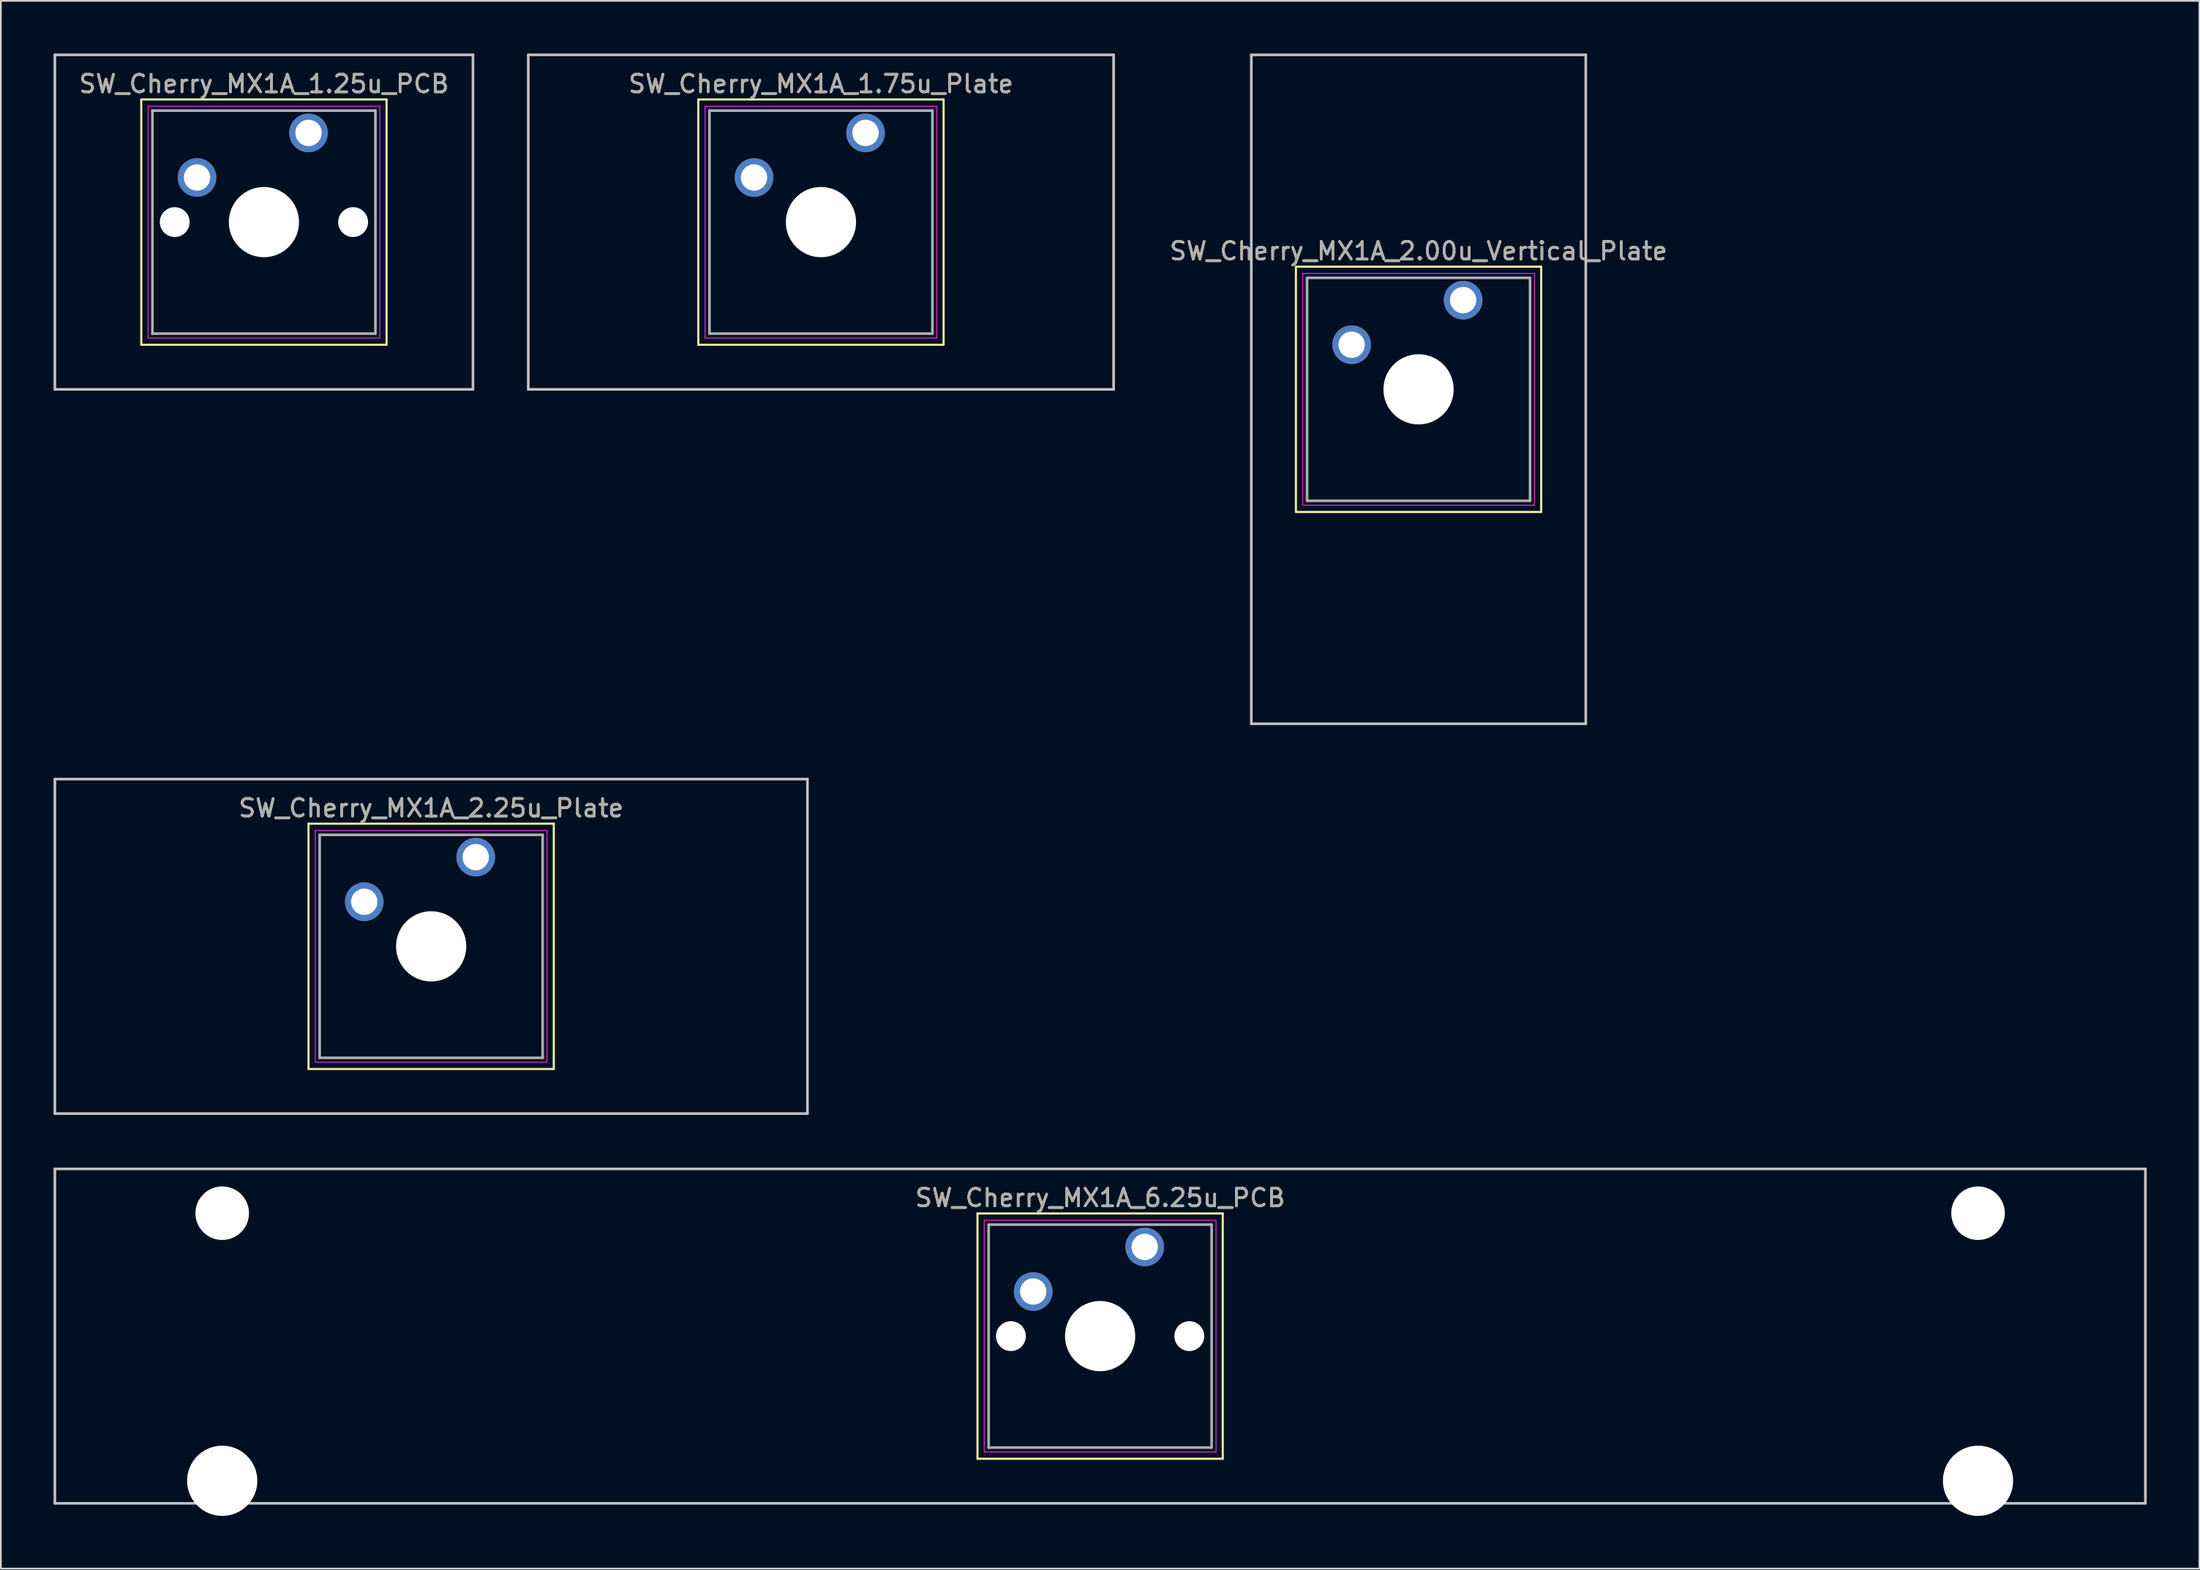
<source format=kicad_pcb>
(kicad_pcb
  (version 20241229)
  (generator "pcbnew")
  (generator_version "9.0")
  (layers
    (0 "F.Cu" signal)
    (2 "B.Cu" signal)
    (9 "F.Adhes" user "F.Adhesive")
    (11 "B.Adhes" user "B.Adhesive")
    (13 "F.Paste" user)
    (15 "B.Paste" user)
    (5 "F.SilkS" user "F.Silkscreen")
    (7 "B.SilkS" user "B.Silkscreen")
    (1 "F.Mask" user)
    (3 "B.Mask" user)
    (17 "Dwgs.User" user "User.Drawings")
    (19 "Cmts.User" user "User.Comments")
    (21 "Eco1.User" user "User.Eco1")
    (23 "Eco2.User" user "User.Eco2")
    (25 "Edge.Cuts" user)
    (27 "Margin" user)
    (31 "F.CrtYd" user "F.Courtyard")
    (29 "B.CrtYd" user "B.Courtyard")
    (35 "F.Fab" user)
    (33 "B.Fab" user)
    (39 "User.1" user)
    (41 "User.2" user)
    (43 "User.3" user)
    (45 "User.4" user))
  (footprint "SW_Cherry_MX1A_2.00u_Vertical_Plate"
    (layer "F.Cu")
    (at 77.742 19.125)
    (property "Reference" "SW_Cherry_MX1A_2.00u_Vertical_Plate" (at 0 -7.874 0) (layer "F.SilkS") (effects (font (size 1 1) (thickness 0.15))))
    (attr through_hole)
    (fp_line (start -6.985 -6.985) (end 6.985 -6.985) (stroke (width 0.12) (type solid)) (layer "F.SilkS"))
    (fp_line (start -6.985 6.985) (end -6.985 -6.985) (stroke (width 0.12) (type solid)) (layer "F.SilkS"))
    (fp_line (start 6.985 -6.985) (end 6.985 6.985) (stroke (width 0.12) (type solid)) (layer "F.SilkS"))
    (fp_line (start 6.985 6.985) (end -6.985 6.985) (stroke (width 0.12) (type solid)) (layer "F.SilkS"))
    (fp_line (start -9.525 -19.05) (end 9.525 -19.05) (stroke (width 0.15) (type solid)) (layer "Dwgs.User"))
    (fp_line (start -9.525 19.05) (end -9.525 -19.05) (stroke (width 0.15) (type solid)) (layer "Dwgs.User"))
    (fp_line (start 9.525 -19.05) (end 9.525 19.05) (stroke (width 0.15) (type solid)) (layer "Dwgs.User"))
    (fp_line (start 9.525 19.05) (end -9.525 19.05) (stroke (width 0.15) (type solid)) (layer "Dwgs.User"))
    (fp_line (start -6.6 -6.6) (end 6.6 -6.6) (stroke (width 0.05) (type solid)) (layer "F.CrtYd"))
    (fp_line (start -6.6 6.6) (end -6.6 -6.6) (stroke (width 0.05) (type solid)) (layer "F.CrtYd"))
    (fp_line (start 6.6 -6.6) (end 6.6 6.6) (stroke (width 0.05) (type solid)) (layer "F.CrtYd"))
    (fp_line (start 6.6 6.6) (end -6.6 6.6) (stroke (width 0.05) (type solid)) (layer "F.CrtYd"))
    (fp_line (start -6.35 -6.35) (end 6.35 -6.35) (stroke (width 0.15) (type solid)) (layer "F.Fab"))
    (fp_line (start -6.35 6.35) (end -6.35 -6.35) (stroke (width 0.15) (type solid)) (layer "F.Fab"))
    (fp_line (start 6.35 -6.35) (end 6.35 6.35) (stroke (width 0.15) (type solid)) (layer "F.Fab"))
    (fp_line (start 6.35 6.35) (end -6.35 6.35) (stroke (width 0.15) (type solid)) (layer "F.Fab"))
    (fp_text user "${REFERENCE}" (at 0 -7.874 0) (layer "F.Fab") (effects (font (size 1 1) (thickness 0.15))))
    (pad "" np_thru_hole circle (at 0 0) (size 4 4) (drill 4) (layers "*.Cu" "*.Mask"))
    (pad "1" thru_hole circle (at 2.54 -5.08) (size 2.2 2.2) (drill 1.5) (layers "*.Cu" "*.Mask"))
    (pad "2" thru_hole circle (at -3.81 -2.54) (size 2.2 2.2) (drill 1.5) (layers "*.Cu" "*.Mask")))
  (footprint "SW_Cherry_MX1A_1.25u_PCB"
    (layer "F.Cu")
    (at 11.981 9.6)
    (property "Reference" "SW_Cherry_MX1A_1.25u_PCB" (at 0 -7.874 0) (layer "F.SilkS") (effects (font (size 1 1) (thickness 0.15))))
    (attr through_hole)
    (fp_line (start -6.985 -6.985) (end 6.985 -6.985) (stroke (width 0.12) (type solid)) (layer "F.SilkS"))
    (fp_line (start -6.985 6.985) (end -6.985 -6.985) (stroke (width 0.12) (type solid)) (layer "F.SilkS"))
    (fp_line (start 6.985 -6.985) (end 6.985 6.985) (stroke (width 0.12) (type solid)) (layer "F.SilkS"))
    (fp_line (start 6.985 6.985) (end -6.985 6.985) (stroke (width 0.12) (type solid)) (layer "F.SilkS"))
    (fp_line (start -11.906 -9.525) (end 11.906 -9.525) (stroke (width 0.15) (type solid)) (layer "Dwgs.User"))
    (fp_line (start -11.906 9.525) (end -11.906 -9.525) (stroke (width 0.15) (type solid)) (layer "Dwgs.User"))
    (fp_line (start 11.906 -9.525) (end 11.906 9.525) (stroke (width 0.15) (type solid)) (layer "Dwgs.User"))
    (fp_line (start 11.906 9.525) (end -11.906 9.525) (stroke (width 0.15) (type solid)) (layer "Dwgs.User"))
    (fp_line (start -6.6 -6.6) (end 6.6 -6.6) (stroke (width 0.05) (type solid)) (layer "F.CrtYd"))
    (fp_line (start -6.6 6.6) (end -6.6 -6.6) (stroke (width 0.05) (type solid)) (layer "F.CrtYd"))
    (fp_line (start 6.6 -6.6) (end 6.6 6.6) (stroke (width 0.05) (type solid)) (layer "F.CrtYd"))
    (fp_line (start 6.6 6.6) (end -6.6 6.6) (stroke (width 0.05) (type solid)) (layer "F.CrtYd"))
    (fp_line (start -6.35 -6.35) (end 6.35 -6.35) (stroke (width 0.15) (type solid)) (layer "F.Fab"))
    (fp_line (start -6.35 6.35) (end -6.35 -6.35) (stroke (width 0.15) (type solid)) (layer "F.Fab"))
    (fp_line (start 6.35 -6.35) (end 6.35 6.35) (stroke (width 0.15) (type solid)) (layer "F.Fab"))
    (fp_line (start 6.35 6.35) (end -6.35 6.35) (stroke (width 0.15) (type solid)) (layer "F.Fab"))
    (fp_text user "${REFERENCE}" (at 0 -7.874 0) (layer "F.Fab") (effects (font (size 1 1) (thickness 0.15))))
    (pad "" np_thru_hole circle (at -5.08 0) (size 1.7 1.7) (drill 1.7) (layers "*.Cu" "*.Mask"))
    (pad "" np_thru_hole circle (at 0 0) (size 4 4) (drill 4) (layers "*.Cu" "*.Mask"))
    (pad "" np_thru_hole circle (at 5.08 0) (size 1.7 1.7) (drill 1.7) (layers "*.Cu" "*.Mask"))
    (pad "1" thru_hole circle (at 2.54 -5.08) (size 2.2 2.2) (drill 1.5) (layers "*.Cu" "*.Mask"))
    (pad "2" thru_hole circle (at -3.81 -2.54) (size 2.2 2.2) (drill 1.5) (layers "*.Cu" "*.Mask")))
  (footprint "SW_Cherry_MX1A_2.25u_Plate"
    (layer "F.Cu")
    (at 21.506 50.85)
    (property "Reference" "SW_Cherry_MX1A_2.25u_Plate" (at 0 -7.874 0) (layer "F.SilkS") (effects (font (size 1 1) (thickness 0.15))))
    (attr through_hole)
    (fp_line (start -6.985 -6.985) (end 6.985 -6.985) (stroke (width 0.12) (type solid)) (layer "F.SilkS"))
    (fp_line (start -6.985 6.985) (end -6.985 -6.985) (stroke (width 0.12) (type solid)) (layer "F.SilkS"))
    (fp_line (start 6.985 -6.985) (end 6.985 6.985) (stroke (width 0.12) (type solid)) (layer "F.SilkS"))
    (fp_line (start 6.985 6.985) (end -6.985 6.985) (stroke (width 0.12) (type solid)) (layer "F.SilkS"))
    (fp_line (start -21.431 -9.525) (end 21.431 -9.525) (stroke (width 0.15) (type solid)) (layer "Dwgs.User"))
    (fp_line (start -21.431 9.525) (end -21.431 -9.525) (stroke (width 0.15) (type solid)) (layer "Dwgs.User"))
    (fp_line (start 21.431 -9.525) (end 21.431 9.525) (stroke (width 0.15) (type solid)) (layer "Dwgs.User"))
    (fp_line (start 21.431 9.525) (end -21.431 9.525) (stroke (width 0.15) (type solid)) (layer "Dwgs.User"))
    (fp_line (start -6.6 -6.6) (end 6.6 -6.6) (stroke (width 0.05) (type solid)) (layer "F.CrtYd"))
    (fp_line (start -6.6 6.6) (end -6.6 -6.6) (stroke (width 0.05) (type solid)) (layer "F.CrtYd"))
    (fp_line (start 6.6 -6.6) (end 6.6 6.6) (stroke (width 0.05) (type solid)) (layer "F.CrtYd"))
    (fp_line (start 6.6 6.6) (end -6.6 6.6) (stroke (width 0.05) (type solid)) (layer "F.CrtYd"))
    (fp_line (start -6.35 -6.35) (end 6.35 -6.35) (stroke (width 0.15) (type solid)) (layer "F.Fab"))
    (fp_line (start -6.35 6.35) (end -6.35 -6.35) (stroke (width 0.15) (type solid)) (layer "F.Fab"))
    (fp_line (start 6.35 -6.35) (end 6.35 6.35) (stroke (width 0.15) (type solid)) (layer "F.Fab"))
    (fp_line (start 6.35 6.35) (end -6.35 6.35) (stroke (width 0.15) (type solid)) (layer "F.Fab"))
    (fp_text user "${REFERENCE}" (at 0 -7.874 0) (layer "F.Fab") (effects (font (size 1 1) (thickness 0.15))))
    (pad "" np_thru_hole circle (at 0 0) (size 4 4) (drill 4) (layers "*.Cu" "*.Mask"))
    (pad "1" thru_hole circle (at 2.54 -5.08) (size 2.2 2.2) (drill 1.5) (layers "*.Cu" "*.Mask"))
    (pad "2" thru_hole circle (at -3.81 -2.54) (size 2.2 2.2) (drill 1.5) (layers "*.Cu" "*.Mask")))
  (footprint "SW_Cherry_MX1A_6.25u_PCB"
    (layer "F.Cu")
    (at 59.606 73.05)
    (property "Reference" "SW_Cherry_MX1A_6.25u_PCB" (at 0 -7.874 0) (layer "F.SilkS") (effects (font (size 1 1) (thickness 0.15))))
    (attr through_hole)
    (fp_line (start -6.985 -6.985) (end 6.985 -6.985) (stroke (width 0.12) (type solid)) (layer "F.SilkS"))
    (fp_line (start -6.985 6.985) (end -6.985 -6.985) (stroke (width 0.12) (type solid)) (layer "F.SilkS"))
    (fp_line (start 6.985 -6.985) (end 6.985 6.985) (stroke (width 0.12) (type solid)) (layer "F.SilkS"))
    (fp_line (start 6.985 6.985) (end -6.985 6.985) (stroke (width 0.12) (type solid)) (layer "F.SilkS"))
    (fp_line (start -59.531 -9.525) (end 59.531 -9.525) (stroke (width 0.15) (type solid)) (layer "Dwgs.User"))
    (fp_line (start -59.531 9.525) (end -59.531 -9.525) (stroke (width 0.15) (type solid)) (layer "Dwgs.User"))
    (fp_line (start 59.531 -9.525) (end 59.531 9.525) (stroke (width 0.15) (type solid)) (layer "Dwgs.User"))
    (fp_line (start 59.531 9.525) (end -59.531 9.525) (stroke (width 0.15) (type solid)) (layer "Dwgs.User"))
    (fp_line (start -6.6 -6.6) (end 6.6 -6.6) (stroke (width 0.05) (type solid)) (layer "F.CrtYd"))
    (fp_line (start -6.6 6.6) (end -6.6 -6.6) (stroke (width 0.05) (type solid)) (layer "F.CrtYd"))
    (fp_line (start 6.6 -6.6) (end 6.6 6.6) (stroke (width 0.05) (type solid)) (layer "F.CrtYd"))
    (fp_line (start 6.6 6.6) (end -6.6 6.6) (stroke (width 0.05) (type solid)) (layer "F.CrtYd"))
    (fp_line (start -6.35 -6.35) (end 6.35 -6.35) (stroke (width 0.15) (type solid)) (layer "F.Fab"))
    (fp_line (start -6.35 6.35) (end -6.35 -6.35) (stroke (width 0.15) (type solid)) (layer "F.Fab"))
    (fp_line (start 6.35 -6.35) (end 6.35 6.35) (stroke (width 0.15) (type solid)) (layer "F.Fab"))
    (fp_line (start 6.35 6.35) (end -6.35 6.35) (stroke (width 0.15) (type solid)) (layer "F.Fab"))
    (fp_text user "${REFERENCE}" (at 0 -7.874 0) (layer "F.Fab") (effects (font (size 1 1) (thickness 0.15))))
    (pad "" np_thru_hole circle (at -50 -7) (size 3.05 3.05) (drill 3.05) (layers "*.Cu" "*.Mask"))
    (pad "" np_thru_hole circle (at -50 8.24) (size 4 4) (drill 4) (layers "*.Cu" "*.Mask"))
    (pad "" np_thru_hole circle (at -5.08 0) (size 1.7 1.7) (drill 1.7) (layers "*.Cu" "*.Mask"))
    (pad "" np_thru_hole circle (at 0 0) (size 4 4) (drill 4) (layers "*.Cu" "*.Mask"))
    (pad "" np_thru_hole circle (at 5.08 0) (size 1.7 1.7) (drill 1.7) (layers "*.Cu" "*.Mask"))
    (pad "" np_thru_hole circle (at 50 -7) (size 3.05 3.05) (drill 3.05) (layers "*.Cu" "*.Mask"))
    (pad "" np_thru_hole circle (at 50 8.24) (size 4 4) (drill 4) (layers "*.Cu" "*.Mask"))
    (pad "1" thru_hole circle (at 2.54 -5.08) (size 2.2 2.2) (drill 1.5) (layers "*.Cu" "*.Mask"))
    (pad "2" thru_hole circle (at -3.81 -2.54) (size 2.2 2.2) (drill 1.5) (layers "*.Cu" "*.Mask")))
  (footprint "SW_Cherry_MX1A_1.75u_Plate"
    (layer "F.Cu")
    (at 43.706 9.6)
    (property "Reference" "SW_Cherry_MX1A_1.75u_Plate" (at 0 -7.874 0) (layer "F.SilkS") (effects (font (size 1 1) (thickness 0.15))))
    (attr through_hole)
    (fp_line (start -6.985 -6.985) (end 6.985 -6.985) (stroke (width 0.12) (type solid)) (layer "F.SilkS"))
    (fp_line (start -6.985 6.985) (end -6.985 -6.985) (stroke (width 0.12) (type solid)) (layer "F.SilkS"))
    (fp_line (start 6.985 -6.985) (end 6.985 6.985) (stroke (width 0.12) (type solid)) (layer "F.SilkS"))
    (fp_line (start 6.985 6.985) (end -6.985 6.985) (stroke (width 0.12) (type solid)) (layer "F.SilkS"))
    (fp_line (start -16.669 -9.525) (end 16.669 -9.525) (stroke (width 0.15) (type solid)) (layer "Dwgs.User"))
    (fp_line (start -16.669 9.525) (end -16.669 -9.525) (stroke (width 0.15) (type solid)) (layer "Dwgs.User"))
    (fp_line (start 16.669 -9.525) (end 16.669 9.525) (stroke (width 0.15) (type solid)) (layer "Dwgs.User"))
    (fp_line (start 16.669 9.525) (end -16.669 9.525) (stroke (width 0.15) (type solid)) (layer "Dwgs.User"))
    (fp_line (start -6.6 -6.6) (end 6.6 -6.6) (stroke (width 0.05) (type solid)) (layer "F.CrtYd"))
    (fp_line (start -6.6 6.6) (end -6.6 -6.6) (stroke (width 0.05) (type solid)) (layer "F.CrtYd"))
    (fp_line (start 6.6 -6.6) (end 6.6 6.6) (stroke (width 0.05) (type solid)) (layer "F.CrtYd"))
    (fp_line (start 6.6 6.6) (end -6.6 6.6) (stroke (width 0.05) (type solid)) (layer "F.CrtYd"))
    (fp_line (start -6.35 -6.35) (end 6.35 -6.35) (stroke (width 0.15) (type solid)) (layer "F.Fab"))
    (fp_line (start -6.35 6.35) (end -6.35 -6.35) (stroke (width 0.15) (type solid)) (layer "F.Fab"))
    (fp_line (start 6.35 -6.35) (end 6.35 6.35) (stroke (width 0.15) (type solid)) (layer "F.Fab"))
    (fp_line (start 6.35 6.35) (end -6.35 6.35) (stroke (width 0.15) (type solid)) (layer "F.Fab"))
    (fp_text user "${REFERENCE}" (at 0 -7.874 0) (layer "F.Fab") (effects (font (size 1 1) (thickness 0.15))))
    (pad "" np_thru_hole circle (at 0 0) (size 4 4) (drill 4) (layers "*.Cu" "*.Mask"))
    (pad "1" thru_hole circle (at 2.54 -5.08) (size 2.2 2.2) (drill 1.5) (layers "*.Cu" "*.Mask"))
    (pad "2" thru_hole circle (at -3.81 -2.54) (size 2.2 2.2) (drill 1.5) (layers "*.Cu" "*.Mask")))
  (gr_rect
    (start -3 -3)
    (end 122.213 86.29)
    (stroke (width 0.1) (type default))
    (fill no)
    (layer "Edge.Cuts")))
</source>
